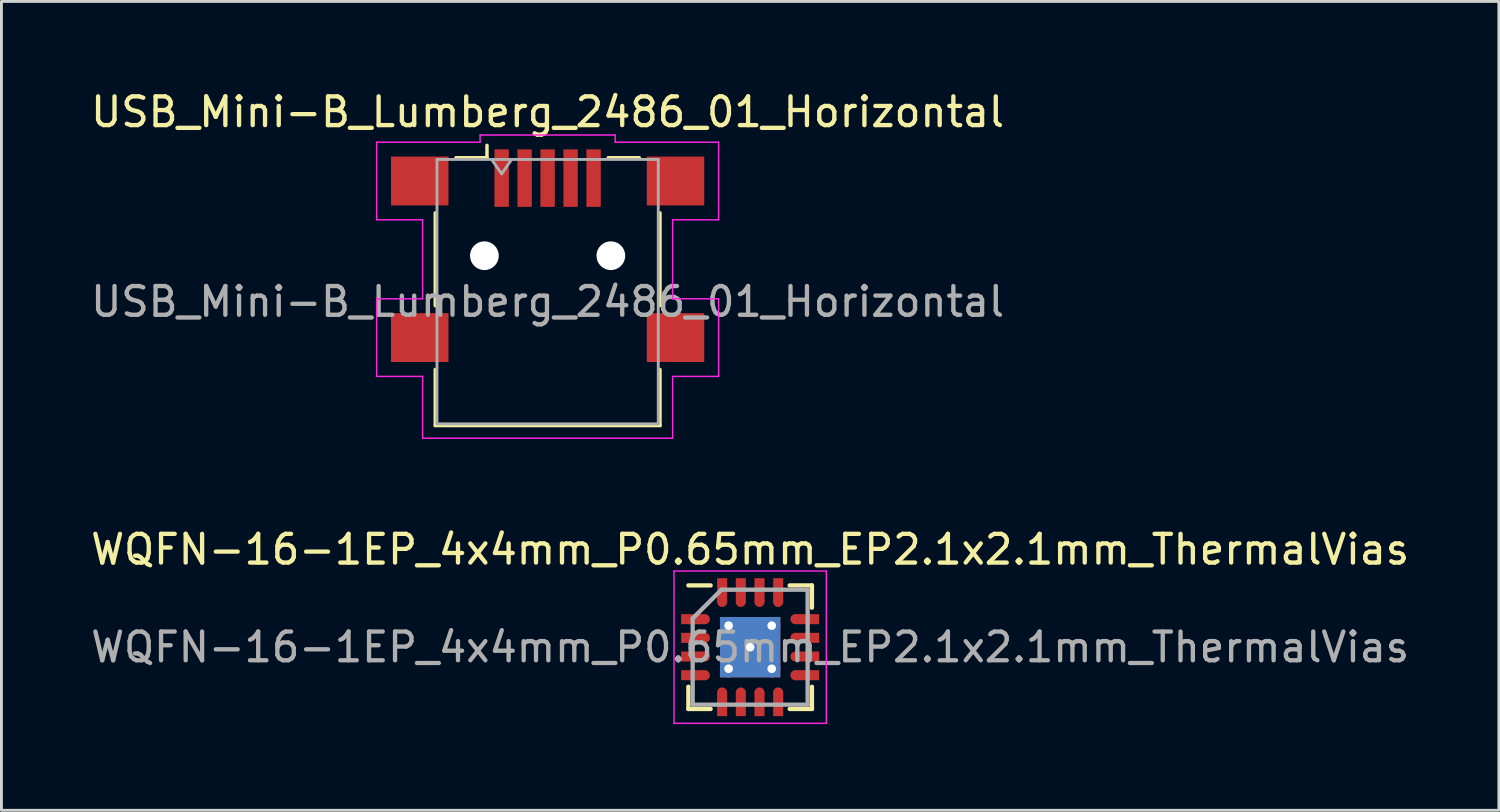
<source format=kicad_pcb>
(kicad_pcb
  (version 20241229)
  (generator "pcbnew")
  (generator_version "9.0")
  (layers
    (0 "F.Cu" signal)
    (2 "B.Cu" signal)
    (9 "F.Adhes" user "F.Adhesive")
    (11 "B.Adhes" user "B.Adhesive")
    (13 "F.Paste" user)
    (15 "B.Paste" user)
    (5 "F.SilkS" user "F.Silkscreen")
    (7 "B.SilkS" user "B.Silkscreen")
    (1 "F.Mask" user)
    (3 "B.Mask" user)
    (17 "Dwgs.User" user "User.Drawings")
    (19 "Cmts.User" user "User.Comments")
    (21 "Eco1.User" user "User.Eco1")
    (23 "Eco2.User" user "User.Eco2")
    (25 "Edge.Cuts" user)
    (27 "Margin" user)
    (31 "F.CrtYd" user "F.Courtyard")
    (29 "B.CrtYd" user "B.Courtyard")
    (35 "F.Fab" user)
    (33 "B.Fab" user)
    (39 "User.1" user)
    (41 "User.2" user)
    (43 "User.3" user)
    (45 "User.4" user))
  (footprint "USB_Mini-B_Lumberg_2486_01_Horizontal"
    (layer "F.Cu")
    (at 16.006 5.848)
    (property "Reference" "USB_Mini-B_Lumberg_2486_01_Horizontal" (at 0 -5 0) (layer "F.SilkS") (effects (font (size 1 1) (thickness 0.15))))
    (attr smd)
    (fp_line (start -3.91 1.74) (end -3.91 -1.49) (stroke (width 0.12) (type solid)) (layer "F.SilkS"))
    (fp_line (start -3.91 5.91) (end -3.91 3.96) (stroke (width 0.12) (type solid)) (layer "F.SilkS"))
    (fp_line (start -3.19 -3.41) (end -2.11 -3.41) (stroke (width 0.12) (type solid)) (layer "F.SilkS"))
    (fp_line (start -2.11 -3.41) (end -2.11 -3.84) (stroke (width 0.12) (type solid)) (layer "F.SilkS"))
    (fp_line (start 2.11 -3.41) (end 3.19 -3.41) (stroke (width 0.12) (type solid)) (layer "F.SilkS"))
    (fp_line (start 3.91 1.74) (end 3.91 -1.49) (stroke (width 0.12) (type solid)) (layer "F.SilkS"))
    (fp_line (start 3.91 5.91) (end -3.91 5.91) (stroke (width 0.12) (type solid)) (layer "F.SilkS"))
    (fp_line (start 3.91 5.91) (end 3.91 3.96) (stroke (width 0.12) (type solid)) (layer "F.SilkS"))
    (fp_line (start -5.95 -3.95) (end -5.95 -1.25) (stroke (width 0.05) (type solid)) (layer "F.CrtYd"))
    (fp_line (start -5.95 -3.95) (end -2.35 -3.95) (stroke (width 0.05) (type solid)) (layer "F.CrtYd"))
    (fp_line (start -5.95 1.5) (end -5.95 4.2) (stroke (width 0.05) (type solid)) (layer "F.CrtYd"))
    (fp_line (start -4.35 -1.25) (end -5.95 -1.25) (stroke (width 0.05) (type solid)) (layer "F.CrtYd"))
    (fp_line (start -4.35 -1.25) (end -4.35 1.5) (stroke (width 0.05) (type solid)) (layer "F.CrtYd"))
    (fp_line (start -4.35 1.5) (end -5.95 1.5) (stroke (width 0.05) (type solid)) (layer "F.CrtYd"))
    (fp_line (start -4.35 4.2) (end -5.95 4.2) (stroke (width 0.05) (type solid)) (layer "F.CrtYd"))
    (fp_line (start -4.35 6.35) (end -4.35 4.2) (stroke (width 0.05) (type solid)) (layer "F.CrtYd"))
    (fp_line (start -4.35 6.35) (end 4.35 6.35) (stroke (width 0.05) (type solid)) (layer "F.CrtYd"))
    (fp_line (start -2.35 -3.95) (end -2.35 -4.2) (stroke (width 0.05) (type solid)) (layer "F.CrtYd"))
    (fp_line (start 2.35 -4.2) (end -2.35 -4.2) (stroke (width 0.05) (type solid)) (layer "F.CrtYd"))
    (fp_line (start 2.35 -3.95) (end 2.35 -4.2) (stroke (width 0.05) (type solid)) (layer "F.CrtYd"))
    (fp_line (start 4.35 -1.25) (end 4.35 1.5) (stroke (width 0.05) (type solid)) (layer "F.CrtYd"))
    (fp_line (start 4.35 -1.25) (end 5.95 -1.25) (stroke (width 0.05) (type solid)) (layer "F.CrtYd"))
    (fp_line (start 4.35 1.5) (end 5.95 1.5) (stroke (width 0.05) (type solid)) (layer "F.CrtYd"))
    (fp_line (start 4.35 4.2) (end 5.95 4.2) (stroke (width 0.05) (type solid)) (layer "F.CrtYd"))
    (fp_line (start 4.35 6.35) (end 4.35 4.2) (stroke (width 0.05) (type solid)) (layer "F.CrtYd"))
    (fp_line (start 5.95 -3.95) (end 2.35 -3.95) (stroke (width 0.05) (type solid)) (layer "F.CrtYd"))
    (fp_line (start 5.95 -3.95) (end 5.95 -1.25) (stroke (width 0.05) (type solid)) (layer "F.CrtYd"))
    (fp_line (start 5.95 1.5) (end 5.95 4.2) (stroke (width 0.05) (type solid)) (layer "F.CrtYd"))
    (fp_line (start -3.85 -3.35) (end -3.85 5.85) (stroke (width 0.1) (type solid)) (layer "F.Fab"))
    (fp_line (start -3.85 -3.35) (end 3.85 -3.35) (stroke (width 0.1) (type solid)) (layer "F.Fab"))
    (fp_line (start -3.85 5.85) (end 3.85 5.85) (stroke (width 0.1) (type solid)) (layer "F.Fab"))
    (fp_line (start -1.95 -3.35) (end -1.6 -2.85) (stroke (width 0.1) (type solid)) (layer "F.Fab"))
    (fp_line (start -1.6 -2.85) (end -1.25 -3.35) (stroke (width 0.1) (type solid)) (layer "F.Fab"))
    (fp_line (start 3.85 5.85) (end 3.85 -3.35) (stroke (width 0.1) (type solid)) (layer "F.Fab"))
    (fp_text user "${REFERENCE}" (at 0 1.6 180) (layer "F.Fab") (effects (font (size 1 1) (thickness 0.15))))
    (pad "" np_thru_hole circle (at -2.2 0) (size 1 1) (drill 1) (layers "*.Cu" "*.Mask"))
    (pad "" np_thru_hole circle (at 2.2 0) (size 1 1) (drill 1) (layers "*.Cu" "*.Mask"))
    (pad "1" smd rect (at -1.6 -2.7) (size 0.5 2) (layers "F.Cu" "F.Mask" "F.Paste"))
    (pad "2" smd rect (at -0.8 -2.7) (size 0.5 2) (layers "F.Cu" "F.Mask" "F.Paste"))
    (pad "3" smd rect (at 0 -2.7) (size 0.5 2) (layers "F.Cu" "F.Mask" "F.Paste"))
    (pad "4" smd rect (at 0.8 -2.7) (size 0.5 2) (layers "F.Cu" "F.Mask" "F.Paste"))
    (pad "5" smd rect (at 1.6 -2.7) (size 0.5 2) (layers "F.Cu" "F.Mask" "F.Paste"))
    (pad "6" smd rect (at -4.45 -2.6) (size 2 1.7) (layers "F.Cu" "F.Mask" "F.Paste"))
    (pad "6" smd rect (at -4.45 2.85) (size 2 1.7) (layers "F.Cu" "F.Mask" "F.Paste"))
    (pad "6" smd rect (at 4.45 -2.6) (size 2 1.7) (layers "F.Cu" "F.Mask" "F.Paste"))
    (pad "6" smd rect (at 4.45 2.85) (size 2 1.7) (layers "F.Cu" "F.Mask" "F.Paste")))
  (footprint "WQFN-16-1EP_4x4mm_P0.65mm_EP2.1x2.1mm_ThermalVias"
    (layer "F.Cu")
    (at 23.054 19.471)
    (property "Reference" "WQFN-16-1EP_4x4mm_P0.65mm_EP2.1x2.1mm_ThermalVias" (at 0 -3.4 0) (layer "F.SilkS") (effects (font (size 1 1) (thickness 0.15))))
    (attr smd)
    (fp_line (start -2.15 -2.15) (end -1.375 -2.15) (stroke (width 0.15) (type solid)) (layer "F.SilkS"))
    (fp_line (start -2.15 2.15) (end -2.15 1.375) (stroke (width 0.15) (type solid)) (layer "F.SilkS"))
    (fp_line (start -2.15 2.15) (end -1.375 2.15) (stroke (width 0.15) (type solid)) (layer "F.SilkS"))
    (fp_line (start 2.15 -2.15) (end 1.375 -2.15) (stroke (width 0.15) (type solid)) (layer "F.SilkS"))
    (fp_line (start 2.15 -2.15) (end 2.15 -1.375) (stroke (width 0.15) (type solid)) (layer "F.SilkS"))
    (fp_line (start 2.15 2.15) (end 1.375 2.15) (stroke (width 0.15) (type solid)) (layer "F.SilkS"))
    (fp_line (start 2.15 2.15) (end 2.15 1.375) (stroke (width 0.15) (type solid)) (layer "F.SilkS"))
    (fp_line (start -2.65 -2.65) (end -2.65 2.65) (stroke (width 0.05) (type solid)) (layer "F.CrtYd"))
    (fp_line (start -2.65 -2.65) (end 2.65 -2.65) (stroke (width 0.05) (type solid)) (layer "F.CrtYd"))
    (fp_line (start -2.65 2.65) (end 2.65 2.65) (stroke (width 0.05) (type solid)) (layer "F.CrtYd"))
    (fp_line (start 2.65 -2.65) (end 2.65 2.65) (stroke (width 0.05) (type solid)) (layer "F.CrtYd"))
    (fp_line (start -2 -1) (end -1 -2) (stroke (width 0.15) (type solid)) (layer "F.Fab"))
    (fp_line (start -2 2) (end -2 -1) (stroke (width 0.15) (type solid)) (layer "F.Fab"))
    (fp_line (start -1 -2) (end 2 -2) (stroke (width 0.15) (type solid)) (layer "F.Fab"))
    (fp_line (start 2 -2) (end 2 2) (stroke (width 0.15) (type solid)) (layer "F.Fab"))
    (fp_line (start 2 2) (end -2 2) (stroke (width 0.15) (type solid)) (layer "F.Fab"))
    (fp_text user "${REFERENCE}" (at 0 0 0) (layer "F.Fab") (effects (font (size 1 1) (thickness 0.15))))
    (pad "" smd rect (at -0.6 -0.6) (size 0.9 0.9) (layers "F.Paste"))
    (pad "" smd rect (at -0.6 0.6) (size 0.9 0.9) (layers "F.Paste"))
    (pad "" smd rect (at 0.6 -0.6) (size 0.9 0.9) (layers "F.Paste"))
    (pad "" smd rect (at 0.6 0.6) (size 0.9 0.9) (layers "F.Paste"))
    (pad "1" smd rect (at -1.988 -0.975) (size 0.825 0.35) (layers "F.Cu" "F.Mask" "F.Paste"))
    (pad "1" smd circle (at -1.575 -0.975) (size 0.35 0.35) (layers "F.Cu" "F.Mask" "F.Paste"))
    (pad "2" smd rect (at -1.988 -0.325) (size 0.825 0.35) (layers "F.Cu" "F.Mask" "F.Paste"))
    (pad "2" smd circle (at -1.575 -0.325) (size 0.35 0.35) (layers "F.Cu" "F.Mask" "F.Paste"))
    (pad "3" smd rect (at -1.988 0.325) (size 0.825 0.35) (layers "F.Cu" "F.Mask" "F.Paste"))
    (pad "3" smd circle (at -1.575 0.325) (size 0.35 0.35) (layers "F.Cu" "F.Mask" "F.Paste"))
    (pad "4" smd rect (at -1.988 0.975) (size 0.825 0.35) (layers "F.Cu" "F.Mask" "F.Paste"))
    (pad "4" smd circle (at -1.575 0.975) (size 0.35 0.35) (layers "F.Cu" "F.Mask" "F.Paste"))
    (pad "5" smd circle (at -0.975 1.575 90) (size 0.35 0.35) (layers "F.Cu" "F.Mask" "F.Paste"))
    (pad "5" smd rect (at -0.975 1.988 90) (size 0.825 0.35) (layers "F.Cu" "F.Mask" "F.Paste"))
    (pad "6" smd circle (at -0.325 1.575 90) (size 0.35 0.35) (layers "F.Cu" "F.Mask" "F.Paste"))
    (pad "6" smd rect (at -0.325 1.988 90) (size 0.825 0.35) (layers "F.Cu" "F.Mask" "F.Paste"))
    (pad "7" smd circle (at 0.325 1.575 90) (size 0.35 0.35) (layers "F.Cu" "F.Mask" "F.Paste"))
    (pad "7" smd rect (at 0.325 1.988 90) (size 0.825 0.35) (layers "F.Cu" "F.Mask" "F.Paste"))
    (pad "8" smd circle (at 0.975 1.575 90) (size 0.35 0.35) (layers "F.Cu" "F.Mask" "F.Paste"))
    (pad "8" smd rect (at 0.975 1.988 90) (size 0.825 0.35) (layers "F.Cu" "F.Mask" "F.Paste"))
    (pad "9" smd circle (at 1.575 0.975) (size 0.35 0.35) (layers "F.Cu" "F.Mask" "F.Paste"))
    (pad "9" smd rect (at 1.988 0.975) (size 0.825 0.35) (layers "F.Cu" "F.Mask" "F.Paste"))
    (pad "10" smd circle (at 1.575 0.325) (size 0.35 0.35) (layers "F.Cu" "F.Mask" "F.Paste"))
    (pad "10" smd rect (at 1.988 0.325) (size 0.825 0.35) (layers "F.Cu" "F.Mask" "F.Paste"))
    (pad "11" smd circle (at 1.575 -0.325) (size 0.35 0.35) (layers "F.Cu" "F.Mask" "F.Paste"))
    (pad "11" smd rect (at 1.988 -0.325) (size 0.825 0.35) (layers "F.Cu" "F.Mask" "F.Paste"))
    (pad "12" smd circle (at 1.575 -0.975) (size 0.35 0.35) (layers "F.Cu" "F.Mask" "F.Paste"))
    (pad "12" smd rect (at 1.988 -0.975) (size 0.825 0.35) (layers "F.Cu" "F.Mask" "F.Paste"))
    (pad "13" smd rect (at 0.975 -1.988 90) (size 0.825 0.35) (layers "F.Cu" "F.Mask" "F.Paste"))
    (pad "13" smd circle (at 0.975 -1.575 90) (size 0.35 0.35) (layers "F.Cu" "F.Mask" "F.Paste"))
    (pad "14" smd rect (at 0.325 -1.988 90) (size 0.825 0.35) (layers "F.Cu" "F.Mask" "F.Paste"))
    (pad "14" smd circle (at 0.325 -1.575 90) (size 0.35 0.35) (layers "F.Cu" "F.Mask" "F.Paste"))
    (pad "15" smd rect (at -0.325 -1.988 90) (size 0.825 0.35) (layers "F.Cu" "F.Mask" "F.Paste"))
    (pad "15" smd circle (at -0.325 -1.575 90) (size 0.35 0.35) (layers "F.Cu" "F.Mask" "F.Paste"))
    (pad "16" smd rect (at -0.975 -1.988 90) (size 0.825 0.35) (layers "F.Cu" "F.Mask" "F.Paste"))
    (pad "16" smd circle (at -0.975 -1.575 90) (size 0.35 0.35) (layers "F.Cu" "F.Mask" "F.Paste"))
    (pad "17" thru_hole circle (at -0.75 -0.75) (size 0.6 0.6) (drill 0.3) (layers "*.Cu"))
    (pad "17" thru_hole circle (at -0.75 0.75) (size 0.6 0.6) (drill 0.3) (layers "*.Cu"))
    (pad "17" thru_hole circle (at 0 0) (size 0.6 0.6) (drill 0.3) (layers "*.Cu"))
    (pad "17" smd rect (at 0 0) (size 2.1 2.1) (layers "F.Cu" "F.Mask"))
    (pad "17" smd rect (at 0 0) (size 2.1 2.1) (layers "B.Cu"))
    (pad "17" thru_hole circle (at 0.75 -0.75) (size 0.6 0.6) (drill 0.3) (layers "*.Cu"))
    (pad "17" thru_hole circle (at 0.75 0.75) (size 0.6 0.6) (drill 0.3) (layers "*.Cu")))
  (gr_rect
    (start -3 -3)
    (end 49.107 25.146)
    (stroke (width 0.1) (type default))
    (fill no)
    (layer "Edge.Cuts")))
</source>
